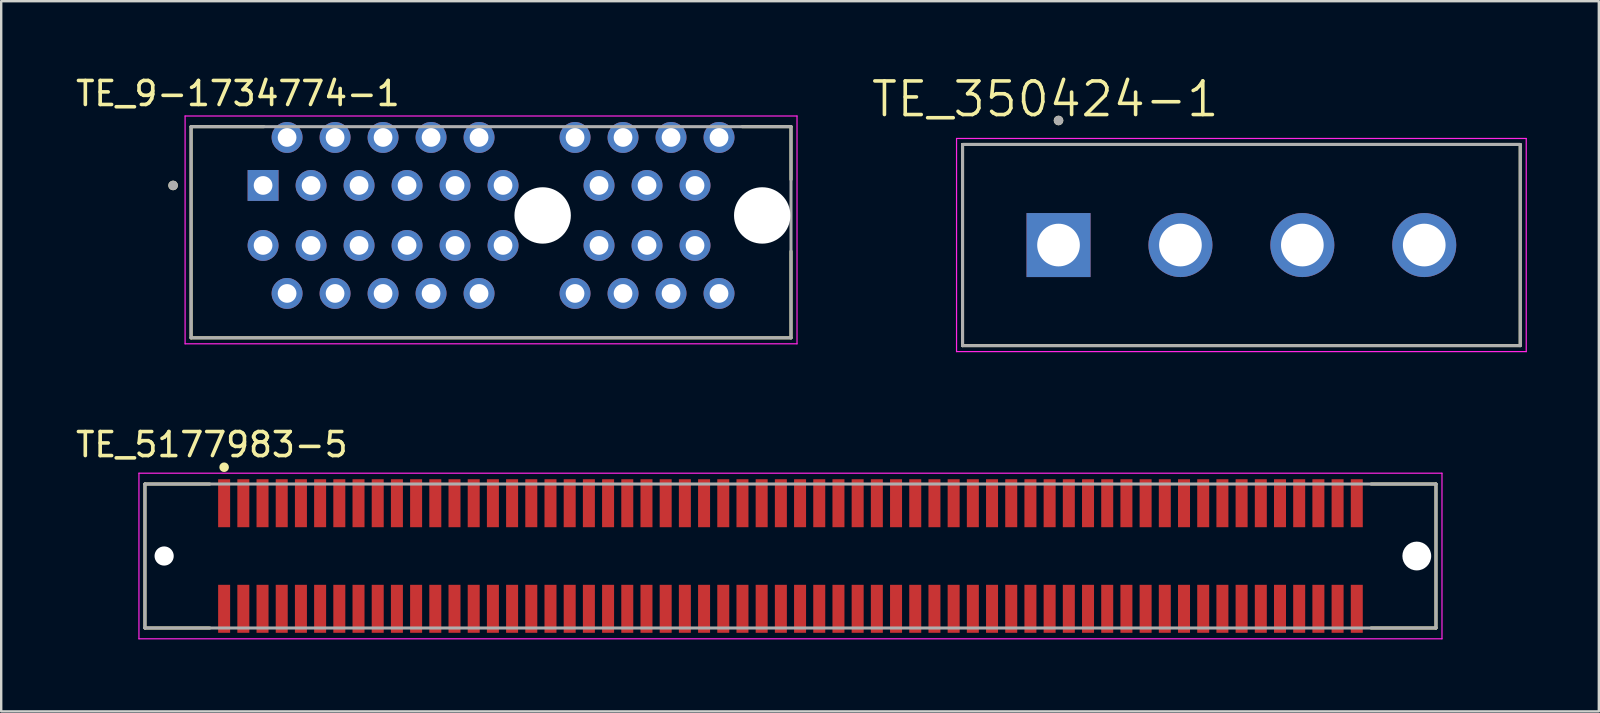
<source format=kicad_pcb>
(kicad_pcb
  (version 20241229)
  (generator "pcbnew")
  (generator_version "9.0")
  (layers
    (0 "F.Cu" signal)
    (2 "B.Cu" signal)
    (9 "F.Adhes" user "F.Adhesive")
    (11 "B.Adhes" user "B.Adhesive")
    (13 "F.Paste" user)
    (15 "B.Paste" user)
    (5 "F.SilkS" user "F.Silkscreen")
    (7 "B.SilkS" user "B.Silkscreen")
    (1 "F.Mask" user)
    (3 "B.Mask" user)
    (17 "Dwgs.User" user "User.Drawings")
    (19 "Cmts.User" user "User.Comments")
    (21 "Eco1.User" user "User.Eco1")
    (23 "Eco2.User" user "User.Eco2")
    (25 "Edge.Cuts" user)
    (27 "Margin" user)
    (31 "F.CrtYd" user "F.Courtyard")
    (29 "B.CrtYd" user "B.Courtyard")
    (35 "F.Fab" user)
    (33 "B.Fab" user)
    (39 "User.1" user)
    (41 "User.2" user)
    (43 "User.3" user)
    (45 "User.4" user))
  (footprint "TE_5177983-5"
    (layer "F.Cu")
    (at 29.89 20.12)
    (property "Reference" "TE_5177983-5" (at -24.113 -4.642 0) (layer "F.SilkS") (effects (font (size 1.002 1.002) (thickness 0.15))))
    (attr smd)
    (fp_line (start -26.9 -3) (end -26.9 3) (stroke (width 0.127) (type solid)) (layer "F.SilkS"))
    (fp_line (start -26.9 -3) (end -24.2 -3) (stroke (width 0.127) (type solid)) (layer "F.SilkS"))
    (fp_line (start -26.9 3) (end -24.2 3) (stroke (width 0.127) (type solid)) (layer "F.SilkS"))
    (fp_line (start 24.2 -3) (end 26.9 -3) (stroke (width 0.127) (type solid)) (layer "F.SilkS"))
    (fp_line (start 26.9 -3) (end 26.9 3) (stroke (width 0.127) (type solid)) (layer "F.SilkS"))
    (fp_line (start 26.9 3) (end 24.2 3) (stroke (width 0.127) (type solid)) (layer "F.SilkS"))
    (fp_circle (center -23.6 -3.7) (end -23.5 -3.7) (stroke (width 0.2) (type solid)) (fill no) (layer "F.SilkS"))
    (fp_line (start -27.15 -3.45) (end -27.15 3.45) (stroke (width 0.05) (type solid)) (layer "F.CrtYd"))
    (fp_line (start -27.15 3.45) (end 27.15 3.45) (stroke (width 0.05) (type solid)) (layer "F.CrtYd"))
    (fp_line (start 27.15 -3.45) (end -27.15 -3.45) (stroke (width 0.05) (type solid)) (layer "F.CrtYd"))
    (fp_line (start 27.15 3.45) (end 27.15 -3.45) (stroke (width 0.05) (type solid)) (layer "F.CrtYd"))
    (fp_line (start -26.9 -3) (end -26.9 3) (stroke (width 0.127) (type solid)) (layer "F.Fab"))
    (fp_line (start -26.9 3) (end 26.9 3) (stroke (width 0.127) (type solid)) (layer "F.Fab"))
    (fp_line (start 26.9 -3) (end -26.9 -3) (stroke (width 0.127) (type solid)) (layer "F.Fab"))
    (fp_line (start 26.9 3) (end 26.9 -3) (stroke (width 0.127) (type solid)) (layer "F.Fab"))
    (pad "" np_thru_hole circle (at -26.1 0) (size 0.8 0.8) (drill 0.8) (layers "*.Cu" "*.Mask"))
    (pad "" np_thru_hole circle (at 26.1 0) (size 1.2 1.2) (drill 1.2) (layers "*.Cu" "*.Mask"))
    (pad "1" smd rect (at -23.6 -2.2 90) (size 2 0.5) (layers "F.Cu" "F.Mask" "F.Paste"))
    (pad "2" smd rect (at -23.6 2.2 90) (size 2 0.5) (layers "F.Cu" "F.Mask" "F.Paste"))
    (pad "3" smd rect (at -22.8 -2.2 90) (size 2 0.5) (layers "F.Cu" "F.Mask" "F.Paste"))
    (pad "4" smd rect (at -22.8 2.2 90) (size 2 0.5) (layers "F.Cu" "F.Mask" "F.Paste"))
    (pad "5" smd rect (at -22 -2.2 90) (size 2 0.5) (layers "F.Cu" "F.Mask" "F.Paste"))
    (pad "6" smd rect (at -22 2.2 90) (size 2 0.5) (layers "F.Cu" "F.Mask" "F.Paste"))
    (pad "7" smd rect (at -21.2 -2.2 90) (size 2 0.5) (layers "F.Cu" "F.Mask" "F.Paste"))
    (pad "8" smd rect (at -21.2 2.2 90) (size 2 0.5) (layers "F.Cu" "F.Mask" "F.Paste"))
    (pad "9" smd rect (at -20.4 -2.2 90) (size 2 0.5) (layers "F.Cu" "F.Mask" "F.Paste"))
    (pad "10" smd rect (at -20.4 2.2 90) (size 2 0.5) (layers "F.Cu" "F.Mask" "F.Paste"))
    (pad "11" smd rect (at -19.6 -2.2 90) (size 2 0.5) (layers "F.Cu" "F.Mask" "F.Paste"))
    (pad "12" smd rect (at -19.6 2.2 90) (size 2 0.5) (layers "F.Cu" "F.Mask" "F.Paste"))
    (pad "13" smd rect (at -18.8 -2.2 90) (size 2 0.5) (layers "F.Cu" "F.Mask" "F.Paste"))
    (pad "14" smd rect (at -18.8 2.2 90) (size 2 0.5) (layers "F.Cu" "F.Mask" "F.Paste"))
    (pad "15" smd rect (at -18 -2.2 90) (size 2 0.5) (layers "F.Cu" "F.Mask" "F.Paste"))
    (pad "16" smd rect (at -18 2.2 90) (size 2 0.5) (layers "F.Cu" "F.Mask" "F.Paste"))
    (pad "17" smd rect (at -17.2 -2.2 90) (size 2 0.5) (layers "F.Cu" "F.Mask" "F.Paste"))
    (pad "18" smd rect (at -17.2 2.2 90) (size 2 0.5) (layers "F.Cu" "F.Mask" "F.Paste"))
    (pad "19" smd rect (at -16.4 -2.2 90) (size 2 0.5) (layers "F.Cu" "F.Mask" "F.Paste"))
    (pad "20" smd rect (at -16.4 2.2 90) (size 2 0.5) (layers "F.Cu" "F.Mask" "F.Paste"))
    (pad "21" smd rect (at -15.6 -2.2 90) (size 2 0.5) (layers "F.Cu" "F.Mask" "F.Paste"))
    (pad "22" smd rect (at -15.6 2.2 90) (size 2 0.5) (layers "F.Cu" "F.Mask" "F.Paste"))
    (pad "23" smd rect (at -14.8 -2.2 90) (size 2 0.5) (layers "F.Cu" "F.Mask" "F.Paste"))
    (pad "24" smd rect (at -14.8 2.2 90) (size 2 0.5) (layers "F.Cu" "F.Mask" "F.Paste"))
    (pad "25" smd rect (at -14 -2.2 90) (size 2 0.5) (layers "F.Cu" "F.Mask" "F.Paste"))
    (pad "26" smd rect (at -14 2.2 90) (size 2 0.5) (layers "F.Cu" "F.Mask" "F.Paste"))
    (pad "27" smd rect (at -13.2 -2.2 90) (size 2 0.5) (layers "F.Cu" "F.Mask" "F.Paste"))
    (pad "28" smd rect (at -13.2 2.2 90) (size 2 0.5) (layers "F.Cu" "F.Mask" "F.Paste"))
    (pad "29" smd rect (at -12.4 -2.2 90) (size 2 0.5) (layers "F.Cu" "F.Mask" "F.Paste"))
    (pad "30" smd rect (at -12.4 2.2 90) (size 2 0.5) (layers "F.Cu" "F.Mask" "F.Paste"))
    (pad "31" smd rect (at -11.6 -2.2 90) (size 2 0.5) (layers "F.Cu" "F.Mask" "F.Paste"))
    (pad "32" smd rect (at -11.6 2.2 90) (size 2 0.5) (layers "F.Cu" "F.Mask" "F.Paste"))
    (pad "33" smd rect (at -10.8 -2.2 90) (size 2 0.5) (layers "F.Cu" "F.Mask" "F.Paste"))
    (pad "34" smd rect (at -10.8 2.2 90) (size 2 0.5) (layers "F.Cu" "F.Mask" "F.Paste"))
    (pad "35" smd rect (at -10 -2.2 90) (size 2 0.5) (layers "F.Cu" "F.Mask" "F.Paste"))
    (pad "36" smd rect (at -10 2.2 90) (size 2 0.5) (layers "F.Cu" "F.Mask" "F.Paste"))
    (pad "37" smd rect (at -9.2 -2.2 90) (size 2 0.5) (layers "F.Cu" "F.Mask" "F.Paste"))
    (pad "38" smd rect (at -9.2 2.2 90) (size 2 0.5) (layers "F.Cu" "F.Mask" "F.Paste"))
    (pad "39" smd rect (at -8.4 -2.2 90) (size 2 0.5) (layers "F.Cu" "F.Mask" "F.Paste"))
    (pad "40" smd rect (at -8.4 2.2 90) (size 2 0.5) (layers "F.Cu" "F.Mask" "F.Paste"))
    (pad "41" smd rect (at -7.6 -2.2 90) (size 2 0.5) (layers "F.Cu" "F.Mask" "F.Paste"))
    (pad "42" smd rect (at -7.6 2.2 90) (size 2 0.5) (layers "F.Cu" "F.Mask" "F.Paste"))
    (pad "43" smd rect (at -6.8 -2.2 90) (size 2 0.5) (layers "F.Cu" "F.Mask" "F.Paste"))
    (pad "44" smd rect (at -6.8 2.2 90) (size 2 0.5) (layers "F.Cu" "F.Mask" "F.Paste"))
    (pad "45" smd rect (at -6 -2.2 90) (size 2 0.5) (layers "F.Cu" "F.Mask" "F.Paste"))
    (pad "46" smd rect (at -6 2.2 90) (size 2 0.5) (layers "F.Cu" "F.Mask" "F.Paste"))
    (pad "47" smd rect (at -5.2 -2.2 90) (size 2 0.5) (layers "F.Cu" "F.Mask" "F.Paste"))
    (pad "48" smd rect (at -5.2 2.2 90) (size 2 0.5) (layers "F.Cu" "F.Mask" "F.Paste"))
    (pad "49" smd rect (at -4.4 -2.2 90) (size 2 0.5) (layers "F.Cu" "F.Mask" "F.Paste"))
    (pad "50" smd rect (at -4.4 2.2 90) (size 2 0.5) (layers "F.Cu" "F.Mask" "F.Paste"))
    (pad "51" smd rect (at -3.6 -2.2 90) (size 2 0.5) (layers "F.Cu" "F.Mask" "F.Paste"))
    (pad "52" smd rect (at -3.6 2.2 90) (size 2 0.5) (layers "F.Cu" "F.Mask" "F.Paste"))
    (pad "53" smd rect (at -2.8 -2.2 90) (size 2 0.5) (layers "F.Cu" "F.Mask" "F.Paste"))
    (pad "54" smd rect (at -2.8 2.2 90) (size 2 0.5) (layers "F.Cu" "F.Mask" "F.Paste"))
    (pad "55" smd rect (at -2 -2.2 90) (size 2 0.5) (layers "F.Cu" "F.Mask" "F.Paste"))
    (pad "56" smd rect (at -2 2.2 90) (size 2 0.5) (layers "F.Cu" "F.Mask" "F.Paste"))
    (pad "57" smd rect (at -1.2 -2.2 90) (size 2 0.5) (layers "F.Cu" "F.Mask" "F.Paste"))
    (pad "58" smd rect (at -1.2 2.2 90) (size 2 0.5) (layers "F.Cu" "F.Mask" "F.Paste"))
    (pad "59" smd rect (at -0.4 -2.2 90) (size 2 0.5) (layers "F.Cu" "F.Mask" "F.Paste"))
    (pad "60" smd rect (at -0.4 2.2 90) (size 2 0.5) (layers "F.Cu" "F.Mask" "F.Paste"))
    (pad "61" smd rect (at 0.4 -2.2 90) (size 2 0.5) (layers "F.Cu" "F.Mask" "F.Paste"))
    (pad "62" smd rect (at 0.4 2.2 90) (size 2 0.5) (layers "F.Cu" "F.Mask" "F.Paste"))
    (pad "63" smd rect (at 1.2 -2.2 90) (size 2 0.5) (layers "F.Cu" "F.Mask" "F.Paste"))
    (pad "64" smd rect (at 1.2 2.2 90) (size 2 0.5) (layers "F.Cu" "F.Mask" "F.Paste"))
    (pad "65" smd rect (at 2 -2.2 90) (size 2 0.5) (layers "F.Cu" "F.Mask" "F.Paste"))
    (pad "66" smd rect (at 2 2.2 90) (size 2 0.5) (layers "F.Cu" "F.Mask" "F.Paste"))
    (pad "67" smd rect (at 2.8 -2.2 90) (size 2 0.5) (layers "F.Cu" "F.Mask" "F.Paste"))
    (pad "68" smd rect (at 2.8 2.2 90) (size 2 0.5) (layers "F.Cu" "F.Mask" "F.Paste"))
    (pad "69" smd rect (at 3.6 -2.2 90) (size 2 0.5) (layers "F.Cu" "F.Mask" "F.Paste"))
    (pad "70" smd rect (at 3.6 2.2 90) (size 2 0.5) (layers "F.Cu" "F.Mask" "F.Paste"))
    (pad "71" smd rect (at 4.4 -2.2 90) (size 2 0.5) (layers "F.Cu" "F.Mask" "F.Paste"))
    (pad "72" smd rect (at 4.4 2.2 90) (size 2 0.5) (layers "F.Cu" "F.Mask" "F.Paste"))
    (pad "73" smd rect (at 5.2 -2.2 90) (size 2 0.5) (layers "F.Cu" "F.Mask" "F.Paste"))
    (pad "74" smd rect (at 5.2 2.2 90) (size 2 0.5) (layers "F.Cu" "F.Mask" "F.Paste"))
    (pad "75" smd rect (at 6 -2.2 90) (size 2 0.5) (layers "F.Cu" "F.Mask" "F.Paste"))
    (pad "76" smd rect (at 6 2.2 90) (size 2 0.5) (layers "F.Cu" "F.Mask" "F.Paste"))
    (pad "77" smd rect (at 6.8 -2.2 90) (size 2 0.5) (layers "F.Cu" "F.Mask" "F.Paste"))
    (pad "78" smd rect (at 6.8 2.2 90) (size 2 0.5) (layers "F.Cu" "F.Mask" "F.Paste"))
    (pad "79" smd rect (at 7.6 -2.2 90) (size 2 0.5) (layers "F.Cu" "F.Mask" "F.Paste"))
    (pad "80" smd rect (at 7.6 2.2 90) (size 2 0.5) (layers "F.Cu" "F.Mask" "F.Paste"))
    (pad "81" smd rect (at 8.4 -2.2 90) (size 2 0.5) (layers "F.Cu" "F.Mask" "F.Paste"))
    (pad "82" smd rect (at 8.4 2.2 90) (size 2 0.5) (layers "F.Cu" "F.Mask" "F.Paste"))
    (pad "83" smd rect (at 9.2 -2.2 90) (size 2 0.5) (layers "F.Cu" "F.Mask" "F.Paste"))
    (pad "84" smd rect (at 9.2 2.2 90) (size 2 0.5) (layers "F.Cu" "F.Mask" "F.Paste"))
    (pad "85" smd rect (at 10 -2.2 90) (size 2 0.5) (layers "F.Cu" "F.Mask" "F.Paste"))
    (pad "86" smd rect (at 10 2.2 90) (size 2 0.5) (layers "F.Cu" "F.Mask" "F.Paste"))
    (pad "87" smd rect (at 10.8 -2.2 90) (size 2 0.5) (layers "F.Cu" "F.Mask" "F.Paste"))
    (pad "88" smd rect (at 10.8 2.2 90) (size 2 0.5) (layers "F.Cu" "F.Mask" "F.Paste"))
    (pad "89" smd rect (at 11.6 -2.2 90) (size 2 0.5) (layers "F.Cu" "F.Mask" "F.Paste"))
    (pad "90" smd rect (at 11.6 2.2 90) (size 2 0.5) (layers "F.Cu" "F.Mask" "F.Paste"))
    (pad "91" smd rect (at 12.4 -2.2 90) (size 2 0.5) (layers "F.Cu" "F.Mask" "F.Paste"))
    (pad "92" smd rect (at 12.4 2.2 90) (size 2 0.5) (layers "F.Cu" "F.Mask" "F.Paste"))
    (pad "93" smd rect (at 13.2 -2.2 90) (size 2 0.5) (layers "F.Cu" "F.Mask" "F.Paste"))
    (pad "94" smd rect (at 13.2 2.2 90) (size 2 0.5) (layers "F.Cu" "F.Mask" "F.Paste"))
    (pad "95" smd rect (at 14 -2.2 90) (size 2 0.5) (layers "F.Cu" "F.Mask" "F.Paste"))
    (pad "96" smd rect (at 14 2.2 90) (size 2 0.5) (layers "F.Cu" "F.Mask" "F.Paste"))
    (pad "97" smd rect (at 14.8 -2.2 90) (size 2 0.5) (layers "F.Cu" "F.Mask" "F.Paste"))
    (pad "98" smd rect (at 14.8 2.2 90) (size 2 0.5) (layers "F.Cu" "F.Mask" "F.Paste"))
    (pad "99" smd rect (at 15.6 -2.2 90) (size 2 0.5) (layers "F.Cu" "F.Mask" "F.Paste"))
    (pad "100" smd rect (at 15.6 2.2 90) (size 2 0.5) (layers "F.Cu" "F.Mask" "F.Paste"))
    (pad "101" smd rect (at 16.4 -2.2 90) (size 2 0.5) (layers "F.Cu" "F.Mask" "F.Paste"))
    (pad "102" smd rect (at 16.4 2.2 90) (size 2 0.5) (layers "F.Cu" "F.Mask" "F.Paste"))
    (pad "103" smd rect (at 17.2 -2.2 90) (size 2 0.5) (layers "F.Cu" "F.Mask" "F.Paste"))
    (pad "104" smd rect (at 17.2 2.2 90) (size 2 0.5) (layers "F.Cu" "F.Mask" "F.Paste"))
    (pad "105" smd rect (at 18 -2.2 90) (size 2 0.5) (layers "F.Cu" "F.Mask" "F.Paste"))
    (pad "106" smd rect (at 18 2.2 90) (size 2 0.5) (layers "F.Cu" "F.Mask" "F.Paste"))
    (pad "107" smd rect (at 18.8 -2.2 90) (size 2 0.5) (layers "F.Cu" "F.Mask" "F.Paste"))
    (pad "108" smd rect (at 18.8 2.2 90) (size 2 0.5) (layers "F.Cu" "F.Mask" "F.Paste"))
    (pad "109" smd rect (at 19.6 -2.2 90) (size 2 0.5) (layers "F.Cu" "F.Mask" "F.Paste"))
    (pad "110" smd rect (at 19.6 2.2 90) (size 2 0.5) (layers "F.Cu" "F.Mask" "F.Paste"))
    (pad "111" smd rect (at 20.4 -2.2 90) (size 2 0.5) (layers "F.Cu" "F.Mask" "F.Paste"))
    (pad "112" smd rect (at 20.4 2.2 90) (size 2 0.5) (layers "F.Cu" "F.Mask" "F.Paste"))
    (pad "113" smd rect (at 21.2 -2.2 90) (size 2 0.5) (layers "F.Cu" "F.Mask" "F.Paste"))
    (pad "114" smd rect (at 21.2 2.2 90) (size 2 0.5) (layers "F.Cu" "F.Mask" "F.Paste"))
    (pad "115" smd rect (at 22 -2.2 90) (size 2 0.5) (layers "F.Cu" "F.Mask" "F.Paste"))
    (pad "116" smd rect (at 22 2.2 90) (size 2 0.5) (layers "F.Cu" "F.Mask" "F.Paste"))
    (pad "117" smd rect (at 22.8 -2.2 90) (size 2 0.5) (layers "F.Cu" "F.Mask" "F.Paste"))
    (pad "118" smd rect (at 22.8 2.2 90) (size 2 0.5) (layers "F.Cu" "F.Mask" "F.Paste"))
    (pad "119" smd rect (at 23.6 -2.2 90) (size 2 0.5) (layers "F.Cu" "F.Mask" "F.Paste"))
    (pad "120" smd rect (at 23.6 2.2 90) (size 2 0.5) (layers "F.Cu" "F.Mask" "F.Paste")))
  (footprint "TE_350424-1"
    (layer "F.Cu")
    (at 48.681 7.162)
    (property "Reference" "TE_350424-1" (at -8.175 -6.08 0) (layer "F.SilkS") (effects (font (size 1.4 1.4) (thickness 0.15))))
    (attr through_hole)
    (fp_line (start -11.62 -4.191) (end 11.62 -4.191) (stroke (width 0.127) (type solid)) (layer "F.SilkS"))
    (fp_line (start -11.62 4.191) (end -11.62 -4.191) (stroke (width 0.127) (type solid)) (layer "F.SilkS"))
    (fp_line (start 11.62 -4.191) (end 11.62 4.191) (stroke (width 0.127) (type solid)) (layer "F.SilkS"))
    (fp_line (start 11.62 4.191) (end -11.62 4.191) (stroke (width 0.127) (type solid)) (layer "F.SilkS"))
    (fp_circle (center -7.62 -5.191) (end -7.52 -5.191) (stroke (width 0.2) (type solid)) (fill no) (layer "F.SilkS"))
    (fp_line (start -11.87 -4.441) (end 11.87 -4.441) (stroke (width 0.05) (type solid)) (layer "F.CrtYd"))
    (fp_line (start -11.87 4.441) (end -11.87 -4.441) (stroke (width 0.05) (type solid)) (layer "F.CrtYd"))
    (fp_line (start 11.87 -4.441) (end 11.87 4.441) (stroke (width 0.05) (type solid)) (layer "F.CrtYd"))
    (fp_line (start 11.87 4.441) (end -11.87 4.441) (stroke (width 0.05) (type solid)) (layer "F.CrtYd"))
    (fp_line (start -11.62 -4.191) (end 11.62 -4.191) (stroke (width 0.127) (type solid)) (layer "F.Fab"))
    (fp_line (start -11.62 4.191) (end -11.62 -4.191) (stroke (width 0.127) (type solid)) (layer "F.Fab"))
    (fp_line (start 11.62 -4.191) (end 11.62 4.191) (stroke (width 0.127) (type solid)) (layer "F.Fab"))
    (fp_line (start 11.62 4.191) (end -11.62 4.191) (stroke (width 0.127) (type solid)) (layer "F.Fab"))
    (fp_circle (center -7.62 -5.191) (end -7.52 -5.191) (stroke (width 0.2) (type solid)) (fill no) (layer "F.Fab"))
    (pad "1" thru_hole rect (at -7.62 0) (size 2.667 2.667) (drill 1.778) (layers "*.Cu" "*.Mask"))
    (pad "2" thru_hole circle (at -2.54 0) (size 2.667 2.667) (drill 1.778) (layers "*.Cu" "*.Mask"))
    (pad "3" thru_hole circle (at 2.54 0) (size 2.667 2.667) (drill 1.778) (layers "*.Cu" "*.Mask"))
    (pad "4" thru_hole circle (at 7.62 0) (size 2.667 2.667) (drill 1.778) (layers "*.Cu" "*.Mask")))
  (footprint "TE_9-1734774-1"
    (layer "F.Cu")
    (at 19.563 5.928)
    (property "Reference" "TE_9-1734774-1" (at -12.7 -5.08 0) (layer "F.SilkS") (effects (font (size 1 1) (thickness 0.15))))
    (attr through_hole)
    (fp_line (start -14.65 -3.7) (end -11.614 -3.7) (stroke (width 0.127) (type solid)) (layer "F.SilkS"))
    (fp_line (start -14.65 5.1) (end -14.65 -3.7) (stroke (width 0.127) (type solid)) (layer "F.SilkS"))
    (fp_line (start 8.314 -3.7) (end 10.35 -3.7) (stroke (width 0.127) (type solid)) (layer "F.SilkS"))
    (fp_line (start 10.35 -3.7) (end 10.35 -1.495) (stroke (width 0.127) (type solid)) (layer "F.SilkS"))
    (fp_line (start 10.35 5.1) (end -14.65 5.1) (stroke (width 0.127) (type solid)) (layer "F.SilkS"))
    (fp_line (start 10.35 5.1) (end 10.35 1.495) (stroke (width 0.127) (type solid)) (layer "F.SilkS"))
    (fp_circle (center -15.4 -1.25) (end -15.3 -1.25) (stroke (width 0.2) (type solid)) (fill no) (layer "F.SilkS"))
    (fp_line (start -14.9 -4.144) (end -14.9 5.35) (stroke (width 0.05) (type solid)) (layer "F.CrtYd"))
    (fp_line (start -14.9 5.35) (end 10.6 5.35) (stroke (width 0.05) (type solid)) (layer "F.CrtYd"))
    (fp_line (start 10.6 -4.144) (end -14.9 -4.144) (stroke (width 0.05) (type solid)) (layer "F.CrtYd"))
    (fp_line (start 10.6 5.35) (end 10.6 -4.144) (stroke (width 0.05) (type solid)) (layer "F.CrtYd"))
    (fp_line (start -14.65 -3.7) (end 10.35 -3.7) (stroke (width 0.127) (type solid)) (layer "F.Fab"))
    (fp_line (start -14.65 5.1) (end -14.65 -3.7) (stroke (width 0.127) (type solid)) (layer "F.Fab"))
    (fp_line (start 10.35 -3.7) (end 10.35 5.1) (stroke (width 0.127) (type solid)) (layer "F.Fab"))
    (fp_line (start 10.35 5.1) (end -14.65 5.1) (stroke (width 0.127) (type solid)) (layer "F.Fab"))
    (fp_circle (center -15.4 -1.25) (end -15.3 -1.25) (stroke (width 0.2) (type solid)) (fill no) (layer "F.Fab"))
    (pad "" np_thru_hole circle (at 0 0) (size 2.35 2.35) (drill 2.35) (layers "*.Cu" "*.Mask"))
    (pad "" np_thru_hole circle (at 9.15 0) (size 2.35 2.35) (drill 2.35) (layers "*.Cu" "*.Mask"))
    (pad "A1" thru_hole rect (at -11.65 -1.25) (size 1.288 1.288) (drill 0.78) (layers "*.Cu" "*.Mask"))
    (pad "A2" thru_hole circle (at -10.65 -3.25) (size 1.288 1.288) (drill 0.78) (layers "*.Cu" "*.Mask"))
    (pad "A3" thru_hole circle (at -9.65 -1.25) (size 1.288 1.288) (drill 0.78) (layers "*.Cu" "*.Mask"))
    (pad "A4" thru_hole circle (at -8.65 -3.25) (size 1.288 1.288) (drill 0.78) (layers "*.Cu" "*.Mask"))
    (pad "A5" thru_hole circle (at -7.65 -1.25) (size 1.288 1.288) (drill 0.78) (layers "*.Cu" "*.Mask"))
    (pad "A6" thru_hole circle (at -6.65 -3.25) (size 1.288 1.288) (drill 0.78) (layers "*.Cu" "*.Mask"))
    (pad "A7" thru_hole circle (at -5.65 -1.25) (size 1.288 1.288) (drill 0.78) (layers "*.Cu" "*.Mask"))
    (pad "A8" thru_hole circle (at -4.65 -3.25) (size 1.288 1.288) (drill 0.78) (layers "*.Cu" "*.Mask"))
    (pad "A9" thru_hole circle (at -3.65 -1.25) (size 1.288 1.288) (drill 0.78) (layers "*.Cu" "*.Mask"))
    (pad "A10" thru_hole circle (at -2.65 -3.25) (size 1.288 1.288) (drill 0.78) (layers "*.Cu" "*.Mask"))
    (pad "A11" thru_hole circle (at -1.65 -1.25) (size 1.288 1.288) (drill 0.78) (layers "*.Cu" "*.Mask"))
    (pad "A12" thru_hole circle (at 1.35 -3.25) (size 1.288 1.288) (drill 0.78) (layers "*.Cu" "*.Mask"))
    (pad "A13" thru_hole circle (at 2.35 -1.25) (size 1.288 1.288) (drill 0.78) (layers "*.Cu" "*.Mask"))
    (pad "A14" thru_hole circle (at 3.35 -3.25) (size 1.288 1.288) (drill 0.78) (layers "*.Cu" "*.Mask"))
    (pad "A15" thru_hole circle (at 4.35 -1.25) (size 1.288 1.288) (drill 0.78) (layers "*.Cu" "*.Mask"))
    (pad "A16" thru_hole circle (at 5.35 -3.25) (size 1.288 1.288) (drill 0.78) (layers "*.Cu" "*.Mask"))
    (pad "A17" thru_hole circle (at 6.35 -1.25) (size 1.288 1.288) (drill 0.78) (layers "*.Cu" "*.Mask"))
    (pad "A18" thru_hole circle (at 7.35 -3.25) (size 1.288 1.288) (drill 0.78) (layers "*.Cu" "*.Mask"))
    (pad "B1" thru_hole circle (at -11.65 1.25) (size 1.288 1.288) (drill 0.78) (layers "*.Cu" "*.Mask"))
    (pad "B2" thru_hole circle (at -10.65 3.25) (size 1.288 1.288) (drill 0.78) (layers "*.Cu" "*.Mask"))
    (pad "B3" thru_hole circle (at -9.65 1.25) (size 1.288 1.288) (drill 0.78) (layers "*.Cu" "*.Mask"))
    (pad "B4" thru_hole circle (at -8.65 3.25) (size 1.288 1.288) (drill 0.78) (layers "*.Cu" "*.Mask"))
    (pad "B5" thru_hole circle (at -7.65 1.25) (size 1.288 1.288) (drill 0.78) (layers "*.Cu" "*.Mask"))
    (pad "B6" thru_hole circle (at -6.65 3.25) (size 1.288 1.288) (drill 0.78) (layers "*.Cu" "*.Mask"))
    (pad "B7" thru_hole circle (at -5.65 1.25) (size 1.288 1.288) (drill 0.78) (layers "*.Cu" "*.Mask"))
    (pad "B8" thru_hole circle (at -4.65 3.25) (size 1.288 1.288) (drill 0.78) (layers "*.Cu" "*.Mask"))
    (pad "B9" thru_hole circle (at -3.65 1.25) (size 1.288 1.288) (drill 0.78) (layers "*.Cu" "*.Mask"))
    (pad "B10" thru_hole circle (at -2.65 3.25) (size 1.288 1.288) (drill 0.78) (layers "*.Cu" "*.Mask"))
    (pad "B11" thru_hole circle (at -1.65 1.25) (size 1.288 1.288) (drill 0.78) (layers "*.Cu" "*.Mask"))
    (pad "B12" thru_hole circle (at 1.35 3.25) (size 1.288 1.288) (drill 0.78) (layers "*.Cu" "*.Mask"))
    (pad "B13" thru_hole circle (at 2.35 1.25) (size 1.288 1.288) (drill 0.78) (layers "*.Cu" "*.Mask"))
    (pad "B14" thru_hole circle (at 3.35 3.25) (size 1.288 1.288) (drill 0.78) (layers "*.Cu" "*.Mask"))
    (pad "B15" thru_hole circle (at 4.35 1.25) (size 1.288 1.288) (drill 0.78) (layers "*.Cu" "*.Mask"))
    (pad "B16" thru_hole circle (at 5.35 3.25) (size 1.288 1.288) (drill 0.78) (layers "*.Cu" "*.Mask"))
    (pad "B17" thru_hole circle (at 6.35 1.25) (size 1.288 1.288) (drill 0.78) (layers "*.Cu" "*.Mask"))
    (pad "B18" thru_hole circle (at 7.35 3.25) (size 1.288 1.288) (drill 0.78) (layers "*.Cu" "*.Mask")))
  (gr_rect
    (start -3 -3)
    (end 63.576 26.595)
    (stroke (width 0.1) (type default))
    (fill no)
    (layer "Edge.Cuts")))
</source>
